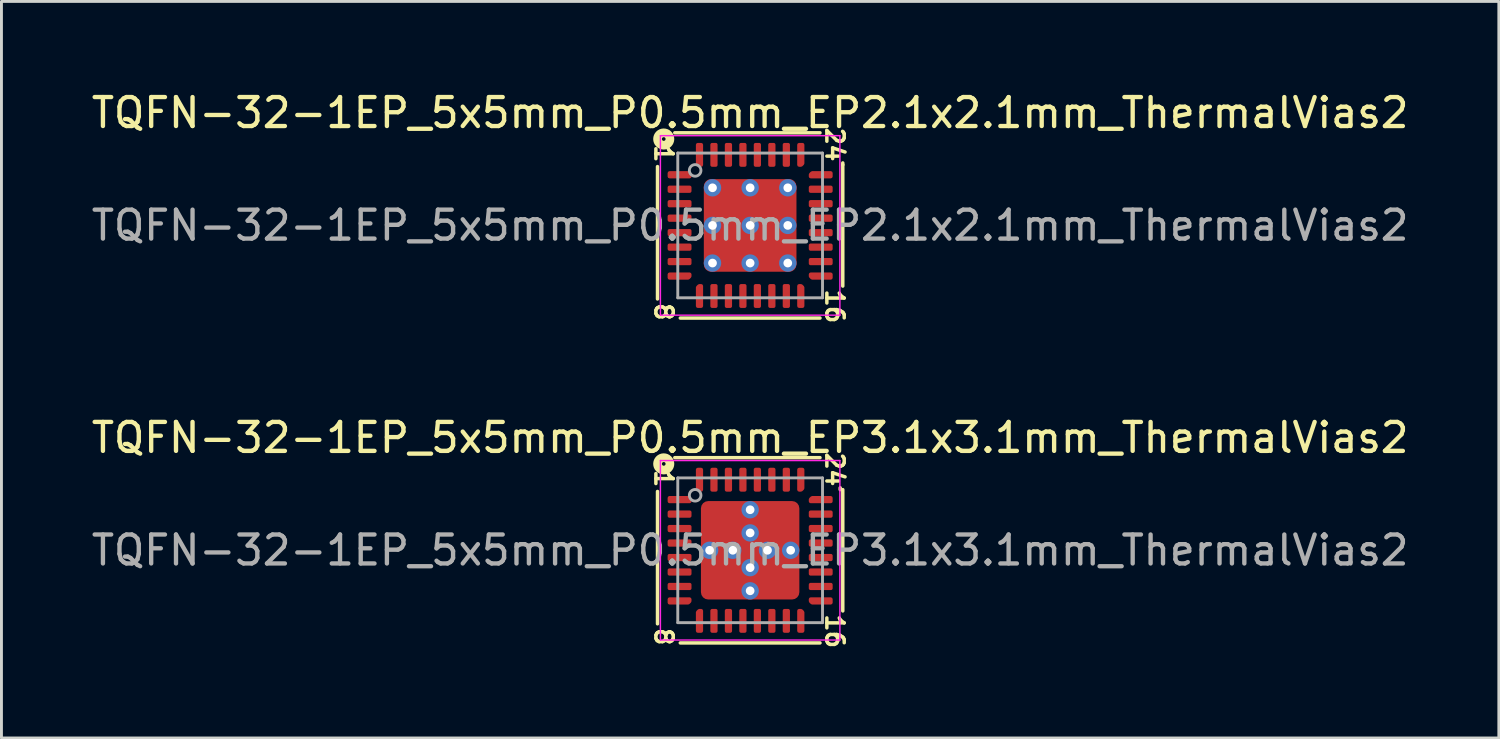
<source format=kicad_pcb>
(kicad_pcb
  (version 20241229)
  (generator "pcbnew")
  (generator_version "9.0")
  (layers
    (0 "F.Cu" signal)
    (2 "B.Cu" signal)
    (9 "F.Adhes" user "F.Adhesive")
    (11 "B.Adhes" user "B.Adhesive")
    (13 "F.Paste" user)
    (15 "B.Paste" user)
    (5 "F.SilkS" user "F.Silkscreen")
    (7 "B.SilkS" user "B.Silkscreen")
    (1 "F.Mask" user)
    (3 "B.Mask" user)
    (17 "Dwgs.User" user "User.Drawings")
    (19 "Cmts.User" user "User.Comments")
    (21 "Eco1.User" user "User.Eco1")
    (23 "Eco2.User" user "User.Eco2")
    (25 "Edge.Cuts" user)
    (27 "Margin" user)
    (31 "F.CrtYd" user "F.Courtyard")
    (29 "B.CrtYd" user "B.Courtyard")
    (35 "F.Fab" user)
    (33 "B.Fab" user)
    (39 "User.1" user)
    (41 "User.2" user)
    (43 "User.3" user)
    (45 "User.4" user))
  (footprint "TQFN-32-1EP_5x5mm_P0.5mm_EP3.1x3.1mm_ThermalVias2"
    (layer "F.Cu")
    (at 22.863 15.959)
    (property "Reference" "TQFN-32-1EP_5x5mm_P0.5mm_EP3.1x3.1mm_ThermalVias2" (at 0 -3.889 0) (layer "F.SilkS") (effects (font (size 1 1) (thickness 0.15))))
    (attr smd)
    (fp_line (start -3.2 -2.032) (end -3.2 2.54) (stroke (width 0.12) (type solid)) (layer "F.SilkS"))
    (fp_line (start -2.413 3.2) (end 2.413 3.2) (stroke (width 0.12) (type solid)) (layer "F.SilkS"))
    (fp_line (start 2.413 -3.2) (end -2.603 -3.2) (stroke (width 0.12) (type solid)) (layer "F.SilkS"))
    (fp_line (start 3.111 -2.095) (end 3.111 -2.159) (stroke (width 0.12) (type solid)) (layer "F.SilkS"))
    (fp_line (start 3.2 2.095) (end 3.2 -2.095) (stroke (width 0.12) (type solid)) (layer "F.SilkS"))
    (fp_circle (center -2.985 -2.985) (end -2.921 -2.985) (stroke (width 0.3) (type solid)) (fill no) (layer "F.SilkS"))
    (fp_line (start -3.1 -3.1) (end -3.1 3.1) (stroke (width 0.05) (type solid)) (layer "F.CrtYd"))
    (fp_line (start -3.1 3.1) (end 3.1 3.1) (stroke (width 0.05) (type solid)) (layer "F.CrtYd"))
    (fp_line (start 3.1 -3.1) (end -3.1 -3.1) (stroke (width 0.05) (type solid)) (layer "F.CrtYd"))
    (fp_line (start 3.1 3.1) (end 3.1 -3.1) (stroke (width 0.05) (type solid)) (layer "F.CrtYd"))
    (fp_line (start -2.5 -2.5) (end 2.5 -2.5) (stroke (width 0.1) (type solid)) (layer "F.Fab"))
    (fp_line (start -2.5 2.5) (end -2.5 -2.5) (stroke (width 0.1) (type solid)) (layer "F.Fab"))
    (fp_line (start 2.5 -2.5) (end 2.5 2.5) (stroke (width 0.1) (type solid)) (layer "F.Fab"))
    (fp_line (start 2.5 2.5) (end -2.5 2.5) (stroke (width 0.1) (type solid)) (layer "F.Fab"))
    (fp_circle (center -1.9 -1.9) (end -1.7 -1.9) (stroke (width 0.1) (type solid)) (fill no) (layer "F.Fab"))
    (fp_text user "1" (at -2.985 -2.477 270) (unlocked yes) (layer "F.SilkS") (effects (font (size 0.6 0.6) (thickness 0.12))))
    (fp_text user "16" (at 2.921 2.794 270) (unlocked yes) (layer "F.SilkS") (effects (font (size 0.6 0.6) (thickness 0.12))))
    (fp_text user "8" (at -2.985 2.985 270) (unlocked yes) (layer "F.SilkS") (effects (font (size 0.6 0.6) (thickness 0.12))))
    (fp_text user "24" (at 2.921 -2.794 270) (unlocked yes) (layer "F.SilkS") (effects (font (size 0.6 0.6) (thickness 0.12))))
    (fp_text user "${REFERENCE}" (at 0 0 0) (layer "F.Fab") (effects (font (size 1 1) (thickness 0.15))))
    (pad "" smd roundrect (at -0.925 -0.925) (size 0.95 0.95) (layers "F.Paste") (roundrect_rratio 0.25))
    (pad "" smd roundrect (at -0.925 -0.925 270) (size 1.25 1.25) (layers "F.Mask") (roundrect_rratio 0.2))
    (pad "" smd roundrect (at -0.925 0.925) (size 0.95 0.95) (layers "F.Paste") (roundrect_rratio 0.25))
    (pad "" smd roundrect (at -0.925 0.925 270) (size 1.25 1.25) (layers "F.Mask") (roundrect_rratio 0.2))
    (pad "" smd roundrect (at 0.925 -0.925) (size 0.95 0.95) (layers "F.Paste") (roundrect_rratio 0.25))
    (pad "" smd roundrect (at 0.925 -0.925 270) (size 1.25 1.25) (layers "F.Mask") (roundrect_rratio 0.2))
    (pad "" smd roundrect (at 0.925 0.925) (size 0.95 0.95) (layers "F.Paste") (roundrect_rratio 0.25))
    (pad "" smd roundrect (at 0.925 0.925 270) (size 1.25 1.25) (layers "F.Mask") (roundrect_rratio 0.2))
    (pad "1" smd custom (at -2.438 -1.75) (size 0.186 0.186) (layers "F.Cu" "F.Mask" "F.Paste") (options (anchor circle)) (primitives (gr_poly (pts (xy 0.35 -0.009) (xy 0.35 0.062) (xy -0.35 0.062) (xy -0.35 -0.062) (xy 0.297 -0.062)) (width 0.125) (fill yes))))
    (pad "2" smd roundrect (at -2.438 -1.25) (size 0.825 0.25) (layers "F.Cu" "F.Mask" "F.Paste") (roundrect_rratio 0.25))
    (pad "3" smd roundrect (at -2.438 -0.75) (size 0.825 0.25) (layers "F.Cu" "F.Mask" "F.Paste") (roundrect_rratio 0.25))
    (pad "4" smd roundrect (at -2.438 -0.25) (size 0.825 0.25) (layers "F.Cu" "F.Mask" "F.Paste") (roundrect_rratio 0.25))
    (pad "5" smd roundrect (at -2.438 0.25) (size 0.825 0.25) (layers "F.Cu" "F.Mask" "F.Paste") (roundrect_rratio 0.25))
    (pad "6" smd roundrect (at -2.438 0.75) (size 0.825 0.25) (layers "F.Cu" "F.Mask" "F.Paste") (roundrect_rratio 0.25))
    (pad "7" smd roundrect (at -2.438 1.25) (size 0.825 0.25) (layers "F.Cu" "F.Mask" "F.Paste") (roundrect_rratio 0.25))
    (pad "8" smd custom (at -2.438 1.75) (size 0.186 0.186) (layers "F.Cu" "F.Mask" "F.Paste") (options (anchor circle)) (primitives (gr_poly (pts (xy 0.35 0.009) (xy 0.297 0.062) (xy -0.35 0.062) (xy -0.35 -0.062) (xy 0.35 -0.062)) (width 0.125) (fill yes))))
    (pad "9" smd custom (at -1.75 2.438) (size 0.186 0.186) (layers "F.Cu" "F.Mask" "F.Paste") (options (anchor circle)) (primitives (gr_poly (pts (xy 0.062 0.35) (xy -0.062 0.35) (xy -0.062 -0.297) (xy -0.009 -0.35) (xy 0.062 -0.35)) (width 0.125) (fill yes))))
    (pad "10" smd roundrect (at -1.25 2.438) (size 0.25 0.825) (layers "F.Cu" "F.Mask" "F.Paste") (roundrect_rratio 0.25))
    (pad "11" smd roundrect (at -0.75 2.438) (size 0.25 0.825) (layers "F.Cu" "F.Mask" "F.Paste") (roundrect_rratio 0.25))
    (pad "12" smd roundrect (at -0.25 2.438) (size 0.25 0.825) (layers "F.Cu" "F.Mask" "F.Paste") (roundrect_rratio 0.25))
    (pad "13" smd roundrect (at 0.25 2.438) (size 0.25 0.825) (layers "F.Cu" "F.Mask" "F.Paste") (roundrect_rratio 0.25))
    (pad "14" smd roundrect (at 0.75 2.438) (size 0.25 0.825) (layers "F.Cu" "F.Mask" "F.Paste") (roundrect_rratio 0.25))
    (pad "15" smd roundrect (at 1.25 2.438) (size 0.25 0.825) (layers "F.Cu" "F.Mask" "F.Paste") (roundrect_rratio 0.25))
    (pad "16" smd custom (at 1.75 2.438) (size 0.186 0.186) (layers "F.Cu" "F.Mask" "F.Paste") (options (anchor circle)) (primitives (gr_poly (pts (xy 0.062 -0.297) (xy 0.062 0.35) (xy -0.062 0.35) (xy -0.062 -0.35) (xy 0.009 -0.35)) (width 0.125) (fill yes))))
    (pad "17" smd custom (at 2.438 1.75) (size 0.186 0.186) (layers "F.Cu" "F.Mask" "F.Paste") (options (anchor circle)) (primitives (gr_poly (pts (xy 0.35 0.062) (xy -0.297 0.062) (xy -0.35 0.009) (xy -0.35 -0.062) (xy 0.35 -0.062)) (width 0.125) (fill yes))))
    (pad "18" smd roundrect (at 2.438 1.25) (size 0.825 0.25) (layers "F.Cu" "F.Mask" "F.Paste") (roundrect_rratio 0.25))
    (pad "19" smd roundrect (at 2.438 0.75) (size 0.825 0.25) (layers "F.Cu" "F.Mask" "F.Paste") (roundrect_rratio 0.25))
    (pad "20" smd roundrect (at 2.438 0.25) (size 0.825 0.25) (layers "F.Cu" "F.Mask" "F.Paste") (roundrect_rratio 0.25))
    (pad "21" smd roundrect (at 2.438 -0.25) (size 0.825 0.25) (layers "F.Cu" "F.Mask" "F.Paste") (roundrect_rratio 0.25))
    (pad "22" smd roundrect (at 2.438 -0.75) (size 0.825 0.25) (layers "F.Cu" "F.Mask" "F.Paste") (roundrect_rratio 0.25))
    (pad "23" smd roundrect (at 2.438 -1.25) (size 0.825 0.25) (layers "F.Cu" "F.Mask" "F.Paste") (roundrect_rratio 0.25))
    (pad "24" smd custom (at 2.438 -1.75) (size 0.186 0.186) (layers "F.Cu" "F.Mask" "F.Paste") (options (anchor circle)) (primitives (gr_poly (pts (xy 0.35 0.062) (xy -0.35 0.062) (xy -0.35 -0.009) (xy -0.297 -0.062) (xy 0.35 -0.062)) (width 0.125) (fill yes))))
    (pad "25" smd custom (at 1.75 -2.438) (size 0.186 0.186) (layers "F.Cu" "F.Mask" "F.Paste") (options (anchor circle)) (primitives (gr_poly (pts (xy 0.062 0.297) (xy 0.009 0.35) (xy -0.062 0.35) (xy -0.062 -0.35) (xy 0.062 -0.35)) (width 0.125) (fill yes))))
    (pad "26" smd roundrect (at 1.25 -2.438) (size 0.25 0.825) (layers "F.Cu" "F.Mask" "F.Paste") (roundrect_rratio 0.25))
    (pad "27" smd roundrect (at 0.75 -2.438) (size 0.25 0.825) (layers "F.Cu" "F.Mask" "F.Paste") (roundrect_rratio 0.25))
    (pad "28" smd roundrect (at 0.25 -2.438) (size 0.25 0.825) (layers "F.Cu" "F.Mask" "F.Paste") (roundrect_rratio 0.25))
    (pad "29" smd roundrect (at -0.25 -2.438) (size 0.25 0.825) (layers "F.Cu" "F.Mask" "F.Paste") (roundrect_rratio 0.25))
    (pad "30" smd roundrect (at -0.75 -2.438) (size 0.25 0.825) (layers "F.Cu" "F.Mask" "F.Paste") (roundrect_rratio 0.25))
    (pad "31" smd roundrect (at -1.25 -2.438) (size 0.25 0.825) (layers "F.Cu" "F.Mask" "F.Paste") (roundrect_rratio 0.25))
    (pad "32" smd custom (at -1.75 -2.438) (size 0.186 0.186) (layers "F.Cu" "F.Mask" "F.Paste") (options (anchor circle)) (primitives (gr_poly (pts (xy 0.062 0.35) (xy -0.009 0.35) (xy -0.062 0.297) (xy -0.062 -0.35) (xy 0.062 -0.35)) (width 0.125) (fill yes))))
    (pad "33" thru_hole circle (at -1.4 0 180) (size 0.6 0.6) (drill 0.3) (property pad_prop_heatsink) (layers "*.Cu" "*.Mask"))
    (pad "33" thru_hole circle (at -0.6 0 180) (size 0.6 0.6) (drill 0.3) (property pad_prop_heatsink) (layers "*.Cu" "*.Mask"))
    (pad "33" thru_hole circle (at 0 -1.4 180) (size 0.6 0.6) (drill 0.3) (property pad_prop_heatsink) (layers "*.Cu" "*.Mask"))
    (pad "33" thru_hole circle (at 0 -0.6 180) (size 0.6 0.6) (drill 0.3) (property pad_prop_heatsink) (layers "*.Cu" "*.Mask"))
    (pad "33" smd roundrect (at 0 0) (size 3.4 3.4) (layers "F.Cu") (roundrect_rratio 0.074))
    (pad "33" thru_hole circle (at 0 0.6 180) (size 0.6 0.6) (drill 0.3) (property pad_prop_heatsink) (layers "*.Cu" "*.Mask"))
    (pad "33" thru_hole circle (at 0 1.4 180) (size 0.6 0.6) (drill 0.3) (property pad_prop_heatsink) (layers "*.Cu" "*.Mask"))
    (pad "33" thru_hole circle (at 0.6 0 180) (size 0.6 0.6) (drill 0.3) (property pad_prop_heatsink) (layers "*.Cu" "*.Mask"))
    (pad "33" thru_hole circle (at 1.4 0 180) (size 0.6 0.6) (drill 0.3) (property pad_prop_heatsink) (layers "*.Cu" "*.Mask")))
  (footprint "TQFN-32-1EP_5x5mm_P0.5mm_EP2.1x2.1mm_ThermalVias2"
    (layer "F.Cu")
    (at 22.863 4.737)
    (property "Reference" "TQFN-32-1EP_5x5mm_P0.5mm_EP2.1x2.1mm_ThermalVias2" (at 0 -3.889 0) (layer "F.SilkS") (effects (font (size 1 1) (thickness 0.15))))
    (attr smd)
    (fp_line (start -3.2 -2.032) (end -3.2 2.54) (stroke (width 0.12) (type solid)) (layer "F.SilkS"))
    (fp_line (start -2.413 3.2) (end 2.413 3.2) (stroke (width 0.12) (type solid)) (layer "F.SilkS"))
    (fp_line (start 2.413 -3.2) (end -2.603 -3.2) (stroke (width 0.12) (type solid)) (layer "F.SilkS"))
    (fp_line (start 3.2 -2.095) (end 3.2 -2.159) (stroke (width 0.12) (type solid)) (layer "F.SilkS"))
    (fp_line (start 3.2 2.095) (end 3.2 -2.095) (stroke (width 0.12) (type solid)) (layer "F.SilkS"))
    (fp_circle (center -2.985 -2.985) (end -2.921 -2.985) (stroke (width 0.3) (type solid)) (fill no) (layer "F.SilkS"))
    (fp_line (start -3.1 -3.1) (end -3.1 3.1) (stroke (width 0.05) (type solid)) (layer "F.CrtYd"))
    (fp_line (start -3.1 3.1) (end 3.1 3.1) (stroke (width 0.05) (type solid)) (layer "F.CrtYd"))
    (fp_line (start 3.1 -3.1) (end -3.1 -3.1) (stroke (width 0.05) (type solid)) (layer "F.CrtYd"))
    (fp_line (start 3.1 3.1) (end 3.1 -3.1) (stroke (width 0.05) (type solid)) (layer "F.CrtYd"))
    (fp_line (start -2.5 -2.5) (end 2.5 -2.5) (stroke (width 0.1) (type solid)) (layer "F.Fab"))
    (fp_line (start -2.5 2.5) (end -2.5 -2.5) (stroke (width 0.1) (type solid)) (layer "F.Fab"))
    (fp_line (start 2.5 -2.5) (end 2.5 2.5) (stroke (width 0.1) (type solid)) (layer "F.Fab"))
    (fp_line (start 2.5 2.5) (end -2.5 2.5) (stroke (width 0.1) (type solid)) (layer "F.Fab"))
    (fp_circle (center -1.9 -1.9) (end -1.7 -1.9) (stroke (width 0.1) (type solid)) (fill no) (layer "F.Fab"))
    (fp_text user "16" (at 2.921 2.794 270) (unlocked yes) (layer "F.SilkS") (effects (font (size 0.6 0.6) (thickness 0.12))))
    (fp_text user "1" (at -2.985 -2.477 270) (unlocked yes) (layer "F.SilkS") (effects (font (size 0.6 0.6) (thickness 0.12))))
    (fp_text user "24" (at 2.921 -2.794 270) (unlocked yes) (layer "F.SilkS") (effects (font (size 0.6 0.6) (thickness 0.12))))
    (fp_text user "8" (at -2.985 2.985 270) (unlocked yes) (layer "F.SilkS") (effects (font (size 0.6 0.6) (thickness 0.12))))
    (fp_text user "${REFERENCE}" (at 0 0 0) (layer "F.Fab") (effects (font (size 1 1) (thickness 0.15))))
    (pad "" smd roundrect (at -0.65 -0.65) (size 0.6 0.6) (layers "F.Paste") (roundrect_rratio 0.25))
    (pad "" smd roundrect (at -0.65 -0.65 270) (size 0.8 0.8) (layers "F.Mask") (roundrect_rratio 0.25))
    (pad "" smd roundrect (at -0.65 0.65) (size 0.6 0.6) (layers "F.Paste") (roundrect_rratio 0.25))
    (pad "" smd roundrect (at -0.65 0.65 270) (size 0.8 0.8) (layers "F.Mask") (roundrect_rratio 0.25))
    (pad "" smd roundrect (at 0.65 -0.65) (size 0.6 0.6) (layers "F.Paste") (roundrect_rratio 0.25))
    (pad "" smd roundrect (at 0.65 -0.65 270) (size 0.8 0.8) (layers "F.Mask") (roundrect_rratio 0.25))
    (pad "" smd roundrect (at 0.65 0.65) (size 0.6 0.6) (layers "F.Paste") (roundrect_rratio 0.25))
    (pad "" smd roundrect (at 0.65 0.65 270) (size 0.8 0.8) (layers "F.Mask") (roundrect_rratio 0.25))
    (pad "1" smd custom (at -2.438 -1.75) (size 0.186 0.186) (layers "F.Cu" "F.Mask" "F.Paste") (options (anchor circle)) (primitives (gr_poly (pts (xy 0.35 -0.009) (xy 0.35 0.062) (xy -0.35 0.062) (xy -0.35 -0.062) (xy 0.297 -0.062)) (width 0.125) (fill yes))))
    (pad "2" smd roundrect (at -2.438 -1.25) (size 0.825 0.25) (layers "F.Cu" "F.Mask" "F.Paste") (roundrect_rratio 0.25))
    (pad "3" smd roundrect (at -2.438 -0.75) (size 0.825 0.25) (layers "F.Cu" "F.Mask" "F.Paste") (roundrect_rratio 0.25))
    (pad "4" smd roundrect (at -2.438 -0.25) (size 0.825 0.25) (layers "F.Cu" "F.Mask" "F.Paste") (roundrect_rratio 0.25))
    (pad "5" smd roundrect (at -2.438 0.25) (size 0.825 0.25) (layers "F.Cu" "F.Mask" "F.Paste") (roundrect_rratio 0.25))
    (pad "6" smd roundrect (at -2.438 0.75) (size 0.825 0.25) (layers "F.Cu" "F.Mask" "F.Paste") (roundrect_rratio 0.25))
    (pad "7" smd roundrect (at -2.438 1.25) (size 0.825 0.25) (layers "F.Cu" "F.Mask" "F.Paste") (roundrect_rratio 0.25))
    (pad "8" smd custom (at -2.438 1.75) (size 0.186 0.186) (layers "F.Cu" "F.Mask" "F.Paste") (options (anchor circle)) (primitives (gr_poly (pts (xy 0.35 0.009) (xy 0.297 0.062) (xy -0.35 0.062) (xy -0.35 -0.062) (xy 0.35 -0.062)) (width 0.125) (fill yes))))
    (pad "9" smd custom (at -1.75 2.438) (size 0.186 0.186) (layers "F.Cu" "F.Mask" "F.Paste") (options (anchor circle)) (primitives (gr_poly (pts (xy 0.062 0.35) (xy -0.062 0.35) (xy -0.062 -0.297) (xy -0.009 -0.35) (xy 0.062 -0.35)) (width 0.125) (fill yes))))
    (pad "10" smd roundrect (at -1.25 2.438) (size 0.25 0.825) (layers "F.Cu" "F.Mask" "F.Paste") (roundrect_rratio 0.25))
    (pad "11" smd roundrect (at -0.75 2.438) (size 0.25 0.825) (layers "F.Cu" "F.Mask" "F.Paste") (roundrect_rratio 0.25))
    (pad "12" smd roundrect (at -0.25 2.438) (size 0.25 0.825) (layers "F.Cu" "F.Mask" "F.Paste") (roundrect_rratio 0.25))
    (pad "13" smd roundrect (at 0.25 2.438) (size 0.25 0.825) (layers "F.Cu" "F.Mask" "F.Paste") (roundrect_rratio 0.25))
    (pad "14" smd roundrect (at 0.75 2.438) (size 0.25 0.825) (layers "F.Cu" "F.Mask" "F.Paste") (roundrect_rratio 0.25))
    (pad "15" smd roundrect (at 1.25 2.438) (size 0.25 0.825) (layers "F.Cu" "F.Mask" "F.Paste") (roundrect_rratio 0.25))
    (pad "16" smd custom (at 1.75 2.438) (size 0.186 0.186) (layers "F.Cu" "F.Mask" "F.Paste") (options (anchor circle)) (primitives (gr_poly (pts (xy 0.062 -0.297) (xy 0.062 0.35) (xy -0.062 0.35) (xy -0.062 -0.35) (xy 0.009 -0.35)) (width 0.125) (fill yes))))
    (pad "17" smd custom (at 2.438 1.75) (size 0.186 0.186) (layers "F.Cu" "F.Mask" "F.Paste") (options (anchor circle)) (primitives (gr_poly (pts (xy 0.35 0.062) (xy -0.297 0.062) (xy -0.35 0.009) (xy -0.35 -0.062) (xy 0.35 -0.062)) (width 0.125) (fill yes))))
    (pad "18" smd roundrect (at 2.438 1.25) (size 0.825 0.25) (layers "F.Cu" "F.Mask" "F.Paste") (roundrect_rratio 0.25))
    (pad "19" smd roundrect (at 2.438 0.75) (size 0.825 0.25) (layers "F.Cu" "F.Mask" "F.Paste") (roundrect_rratio 0.25))
    (pad "20" smd roundrect (at 2.438 0.25) (size 0.825 0.25) (layers "F.Cu" "F.Mask" "F.Paste") (roundrect_rratio 0.25))
    (pad "21" smd roundrect (at 2.438 -0.25) (size 0.825 0.25) (layers "F.Cu" "F.Mask" "F.Paste") (roundrect_rratio 0.25))
    (pad "22" smd roundrect (at 2.438 -0.75) (size 0.825 0.25) (layers "F.Cu" "F.Mask" "F.Paste") (roundrect_rratio 0.25))
    (pad "23" smd roundrect (at 2.438 -1.25) (size 0.825 0.25) (layers "F.Cu" "F.Mask" "F.Paste") (roundrect_rratio 0.25))
    (pad "24" smd custom (at 2.438 -1.75) (size 0.186 0.186) (layers "F.Cu" "F.Mask" "F.Paste") (options (anchor circle)) (primitives (gr_poly (pts (xy 0.35 0.062) (xy -0.35 0.062) (xy -0.35 -0.009) (xy -0.297 -0.062) (xy 0.35 -0.062)) (width 0.125) (fill yes))))
    (pad "25" smd custom (at 1.75 -2.438) (size 0.186 0.186) (layers "F.Cu" "F.Mask" "F.Paste") (options (anchor circle)) (primitives (gr_poly (pts (xy 0.062 0.297) (xy 0.009 0.35) (xy -0.062 0.35) (xy -0.062 -0.35) (xy 0.062 -0.35)) (width 0.125) (fill yes))))
    (pad "26" smd roundrect (at 1.25 -2.438) (size 0.25 0.825) (layers "F.Cu" "F.Mask" "F.Paste") (roundrect_rratio 0.25))
    (pad "27" smd roundrect (at 0.75 -2.438) (size 0.25 0.825) (layers "F.Cu" "F.Mask" "F.Paste") (roundrect_rratio 0.25))
    (pad "28" smd roundrect (at 0.25 -2.438) (size 0.25 0.825) (layers "F.Cu" "F.Mask" "F.Paste") (roundrect_rratio 0.25))
    (pad "29" smd roundrect (at -0.25 -2.438) (size 0.25 0.825) (layers "F.Cu" "F.Mask" "F.Paste") (roundrect_rratio 0.25))
    (pad "30" smd roundrect (at -0.75 -2.438) (size 0.25 0.825) (layers "F.Cu" "F.Mask" "F.Paste") (roundrect_rratio 0.25))
    (pad "31" smd roundrect (at -1.25 -2.438) (size 0.25 0.825) (layers "F.Cu" "F.Mask" "F.Paste") (roundrect_rratio 0.25))
    (pad "32" smd custom (at -1.75 -2.438) (size 0.186 0.186) (layers "F.Cu" "F.Mask" "F.Paste") (options (anchor circle)) (primitives (gr_poly (pts (xy 0.062 0.35) (xy -0.009 0.35) (xy -0.062 0.297) (xy -0.062 -0.35) (xy 0.062 -0.35)) (width 0.125) (fill yes))))
    (pad "33" thru_hole circle (at -1.3 -1.3 180) (size 0.6 0.6) (drill 0.3) (property pad_prop_heatsink) (layers "*.Cu" "*.Mask"))
    (pad "33" thru_hole circle (at -1.3 0 180) (size 0.6 0.6) (drill 0.3) (property pad_prop_heatsink) (layers "*.Cu" "*.Mask"))
    (pad "33" thru_hole circle (at -1.3 1.3 180) (size 0.6 0.6) (drill 0.3) (property pad_prop_heatsink) (layers "*.Cu" "*.Mask"))
    (pad "33" thru_hole circle (at 0 -1.3 180) (size 0.6 0.6) (drill 0.3) (property pad_prop_heatsink) (layers "*.Cu" "*.Mask"))
    (pad "33" thru_hole circle (at 0 0 180) (size 0.6 0.6) (drill 0.3) (property pad_prop_heatsink) (layers "*.Cu" "*.Mask"))
    (pad "33" smd roundrect (at 0 0) (size 3.2 3.2) (layers "F.Cu") (roundrect_rratio 0.078))
    (pad "33" thru_hole circle (at 0 1.3 180) (size 0.6 0.6) (drill 0.3) (property pad_prop_heatsink) (layers "*.Cu" "*.Mask"))
    (pad "33" thru_hole circle (at 1.3 -1.3 180) (size 0.6 0.6) (drill 0.3) (property pad_prop_heatsink) (layers "*.Cu" "*.Mask"))
    (pad "33" thru_hole circle (at 1.3 0 180) (size 0.6 0.6) (drill 0.3) (property pad_prop_heatsink) (layers "*.Cu" "*.Mask"))
    (pad "33" thru_hole circle (at 1.3 1.3 180) (size 0.6 0.6) (drill 0.3) (property pad_prop_heatsink) (layers "*.Cu" "*.Mask")))
  (gr_rect
    (start -3 -3)
    (end 48.726 22.444)
    (stroke (width 0.1) (type default))
    (fill no)
    (layer "Edge.Cuts")))
</source>
